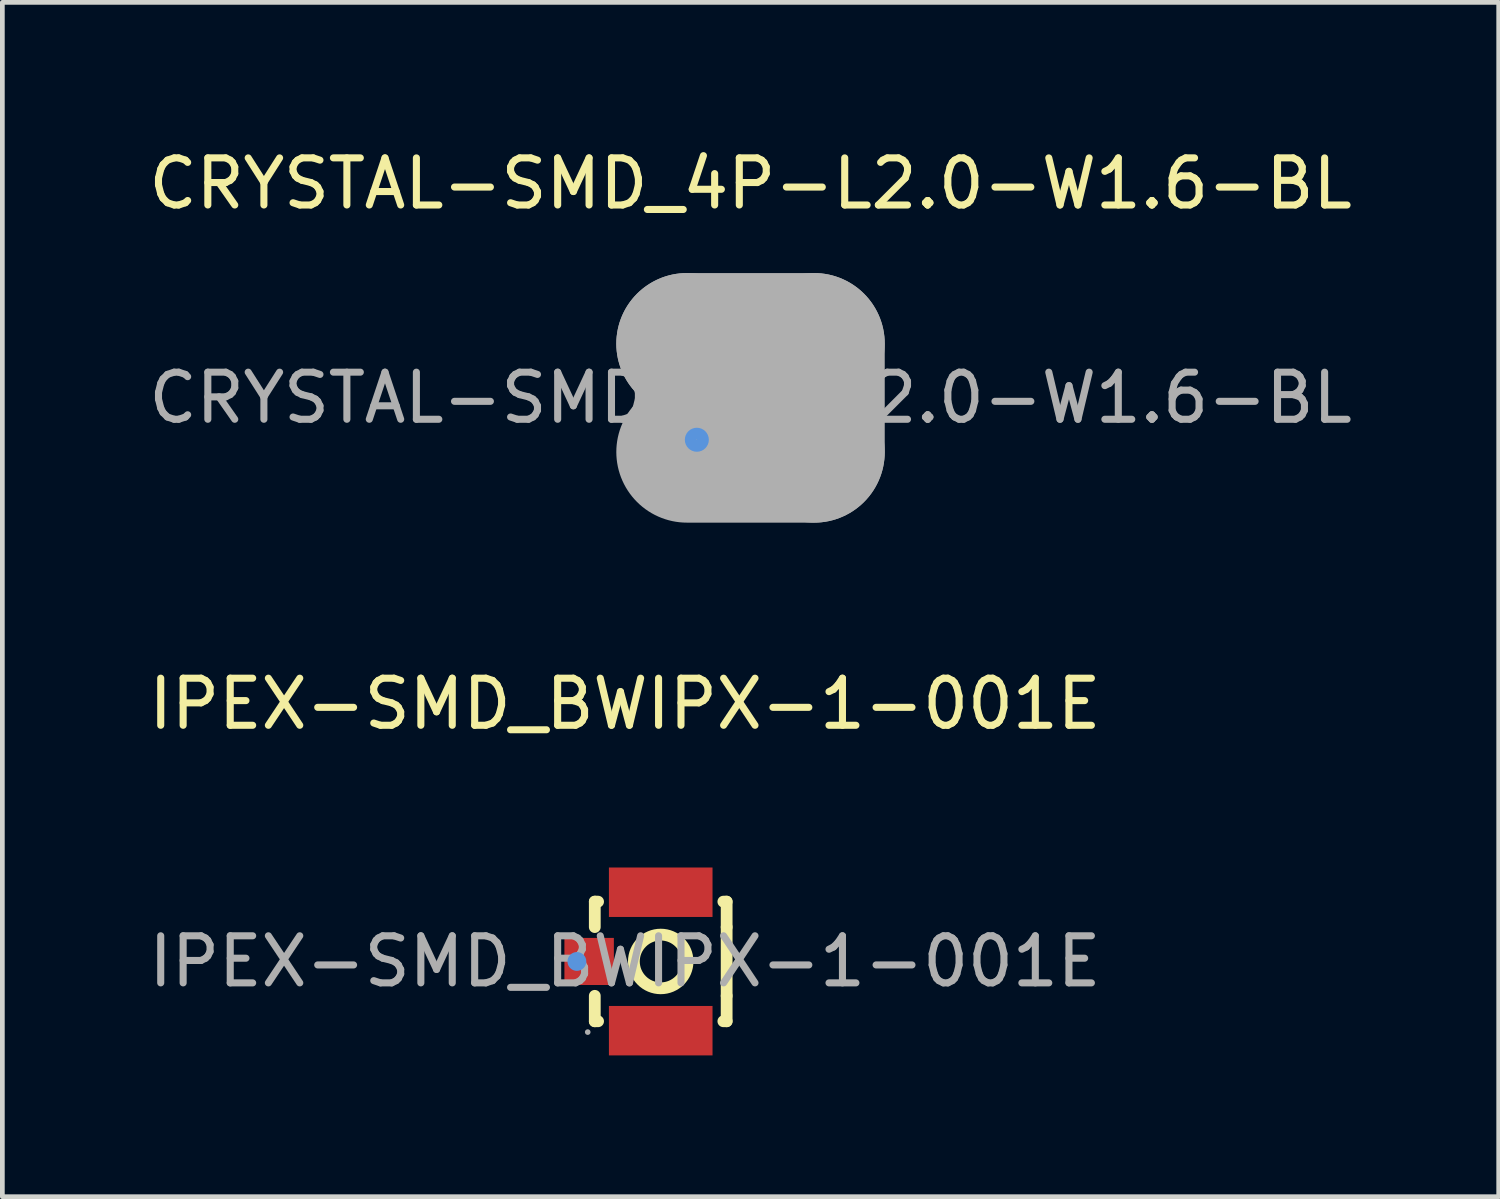
<source format=kicad_pcb>
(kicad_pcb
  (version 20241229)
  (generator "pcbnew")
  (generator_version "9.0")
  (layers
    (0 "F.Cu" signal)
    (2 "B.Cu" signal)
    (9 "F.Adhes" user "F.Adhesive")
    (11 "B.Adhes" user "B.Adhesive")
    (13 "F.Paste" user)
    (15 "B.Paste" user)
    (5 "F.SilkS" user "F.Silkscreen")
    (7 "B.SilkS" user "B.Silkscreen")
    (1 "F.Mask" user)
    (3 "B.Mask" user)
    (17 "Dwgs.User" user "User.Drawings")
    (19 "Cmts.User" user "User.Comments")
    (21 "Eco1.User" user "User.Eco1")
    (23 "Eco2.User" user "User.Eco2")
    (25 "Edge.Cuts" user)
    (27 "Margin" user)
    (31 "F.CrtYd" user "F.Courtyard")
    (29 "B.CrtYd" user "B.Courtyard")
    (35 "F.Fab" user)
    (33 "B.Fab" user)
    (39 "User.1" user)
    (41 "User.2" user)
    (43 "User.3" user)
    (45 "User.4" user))
  (footprint "CRYSTAL-SMD_4P-L2.0-W1.6-BL"
    (layer "F.Cu")
    (at 12.887 5.398)
    (property "Reference" "CRYSTAL-SMD_4P-L2.0-W1.6-BL" (at 0 -4.55 0) (layer "F.SilkS") (effects (font (size 1 1) (thickness 0.15))))
    (attr smd)
    (fp_line (start -1.65 0.15) (end -1.65 1.45) (stroke (width 0.15) (type solid)) (layer "F.SilkS"))
    (fp_line (start -1.65 1.45) (end -0.25 1.45) (stroke (width 0.15) (type solid)) (layer "F.SilkS"))
    (fp_circle (center -1.14 0.89) (end -1.01 0.89) (stroke (width 0.25) (type solid)) (fill no) (layer "Cmts.User"))
    (fp_line (start -1.35 -1.15) (end -1.35 -1.15) (stroke (width 3) (type solid)) (layer "F.Fab"))
    (fp_line (start -1.35 -1.15) (end 1.35 -1.15) (stroke (width 3) (type solid)) (layer "F.Fab"))
    (fp_line (start 1.35 -1.15) (end 1.35 1.15) (stroke (width 3) (type solid)) (layer "F.Fab"))
    (fp_line (start 1.35 1.15) (end -1.35 1.15) (stroke (width 3) (type solid)) (layer "F.Fab"))
    (fp_circle (center -1 0.8) (end -0.97 0.8) (stroke (width 0.06) (type solid)) (fill no) (layer "F.Fab"))
    (fp_text user "${REFERENCE}" (at 0 0 0) (layer "F.Fab") (effects (font (size 1 1) (thickness 0.15))))
    (pad "1" smd rect (at -0.7 0.55) (size 0.9 0.8) (layers "F.Cu" "F.Mask" "F.Paste"))
    (pad "2" smd rect (at 0.7 0.55) (size 0.9 0.8) (layers "F.Cu" "F.Mask" "F.Paste"))
    (pad "3" smd rect (at 0.7 -0.55) (size 0.9 0.8) (layers "F.Cu" "F.Mask" "F.Paste"))
    (pad "4" smd rect (at -0.7 -0.55) (size 0.9 0.8) (layers "F.Cu" "F.Mask" "F.Paste")))
  (footprint "IPEX-SMD_BWIPX-1-001E"
    (layer "F.Cu")
    (at 10.22 17.366)
    (property "Reference" "IPEX-SMD_BWIPX-1-001E" (at 0 -5.47 0) (layer "F.SilkS") (effects (font (size 1 1) (thickness 0.15))))
    (attr smd)
    (fp_line (start -0.64 -1.27) (end -0.64 -0.73) (stroke (width 0.25) (type solid)) (layer "F.SilkS"))
    (fp_line (start -0.64 0.73) (end -0.64 1.27) (stroke (width 0.25) (type solid)) (layer "F.SilkS"))
    (fp_line (start -0.64 1.27) (end -0.57 1.27) (stroke (width 0.25) (type solid)) (layer "F.SilkS"))
    (fp_line (start -0.57 -1.27) (end -0.64 -1.27) (stroke (width 0.25) (type solid)) (layer "F.SilkS"))
    (fp_line (start 2.09 1.27) (end 2.16 1.27) (stroke (width 0.25) (type solid)) (layer "F.SilkS"))
    (fp_line (start 2.16 -1.27) (end 2.09 -1.27) (stroke (width 0.25) (type solid)) (layer "F.SilkS"))
    (fp_line (start 2.16 -0.73) (end 2.16 -1.27) (stroke (width 0.25) (type solid)) (layer "F.SilkS"))
    (fp_line (start 2.16 -0.73) (end 2.16 0.73) (stroke (width 0.25) (type solid)) (layer "F.SilkS"))
    (fp_line (start 2.16 1.27) (end 2.16 0.73) (stroke (width 0.25) (type solid)) (layer "F.SilkS"))
    (fp_circle (center 0.76 0) (end 1.33 0) (stroke (width 0.25) (type solid)) (fill no) (layer "F.SilkS"))
    (fp_circle (center -1.02 0) (end -0.92 0) (stroke (width 0.2) (type solid)) (fill no) (layer "Cmts.User"))
    (fp_circle (center -0.79 1.5) (end -0.76 1.5) (stroke (width 0.06) (type solid)) (fill no) (layer "F.Fab"))
    (fp_text user "${REFERENCE}" (at 0 0 0) (layer "F.Fab") (effects (font (size 1 1) (thickness 0.15))))
    (pad "1" smd rect (at -0.76 0 180) (size 1.05 1) (layers "F.Cu" "F.Mask" "F.Paste"))
    (pad "2" smd rect (at 0.76 1.47 180) (size 2.2 1.05) (layers "F.Cu" "F.Mask" "F.Paste"))
    (pad "3" smd rect (at 0.76 -1.47 180) (size 2.2 1.05) (layers "F.Cu" "F.Mask" "F.Paste")))
  (gr_rect
    (start -3 -3)
    (end 28.774 22.361)
    (stroke (width 0.1) (type default))
    (fill no)
    (layer "Edge.Cuts")))
</source>
